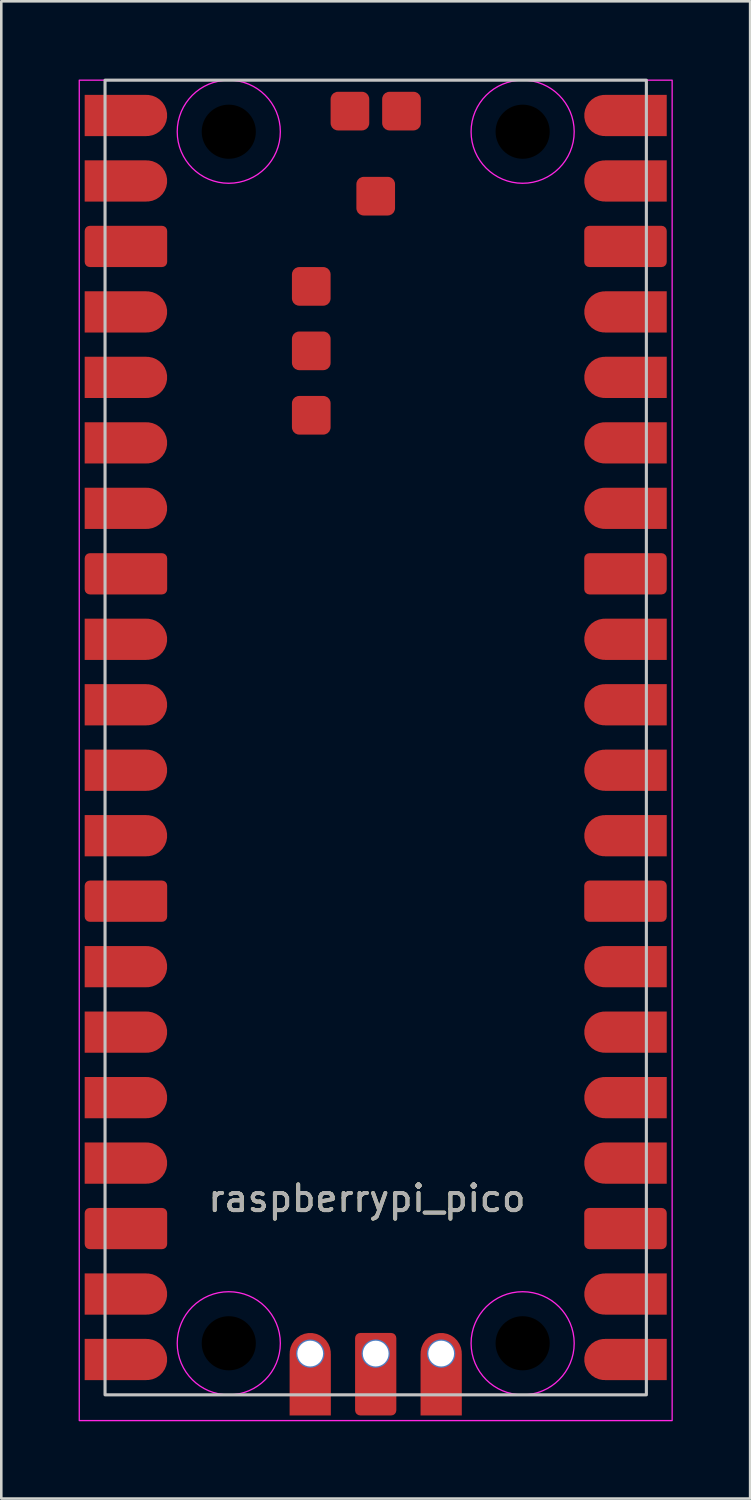
<source format=kicad_pcb>
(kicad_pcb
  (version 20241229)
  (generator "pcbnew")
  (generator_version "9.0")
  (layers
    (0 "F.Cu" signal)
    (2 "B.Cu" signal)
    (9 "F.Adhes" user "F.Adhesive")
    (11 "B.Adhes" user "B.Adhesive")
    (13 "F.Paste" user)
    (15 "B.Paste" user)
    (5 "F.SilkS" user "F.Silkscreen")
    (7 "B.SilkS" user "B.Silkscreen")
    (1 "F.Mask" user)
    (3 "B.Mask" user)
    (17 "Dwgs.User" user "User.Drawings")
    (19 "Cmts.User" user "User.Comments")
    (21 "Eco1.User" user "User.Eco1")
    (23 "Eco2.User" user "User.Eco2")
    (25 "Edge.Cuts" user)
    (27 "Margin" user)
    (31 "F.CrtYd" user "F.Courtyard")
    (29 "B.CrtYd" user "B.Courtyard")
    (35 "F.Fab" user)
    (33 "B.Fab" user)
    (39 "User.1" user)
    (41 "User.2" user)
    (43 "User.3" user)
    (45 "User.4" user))
  (footprint "raspberrypi_pico"
    (layer "F.Cu")
    (at 1.025 51.06)
    (property "Reference" "raspberrypi_pico" (at 10.16 -7.62 0) (unlocked yes) (layer "F.SilkS") (effects (font (size 1 1) (thickness 0.15))))
    (fp_rect (start 0 0) (end 21 -51) (stroke (width 0.12) (type solid)) (fill no) (layer "Dwgs.User"))
    (fp_rect (start -1 1) (end 22 -51) (stroke (width 0.05) (type solid)) (fill no) (layer "F.CrtYd"))
    (fp_circle (center 4.8 -49) (end 6.8 -49) (stroke (width 0.05) (type solid)) (fill no) (layer "F.CrtYd"))
    (fp_circle (center 4.8 -2) (end 6.8 -2) (stroke (width 0.05) (type solid)) (fill no) (layer "F.CrtYd"))
    (fp_circle (center 16.2 -49) (end 18.2 -49) (stroke (width 0.05) (type solid)) (fill no) (layer "F.CrtYd"))
    (fp_circle (center 16.2 -2) (end 18.2 -2) (stroke (width 0.05) (type solid)) (fill no) (layer "F.CrtYd"))
    (fp_text user "${REFERENCE}" (at 10.16 -7.62 0) (unlocked yes) (layer "F.Fab") (effects (font (size 1 1) (thickness 0.15))))
    (pad "" np_thru_hole circle (at 4.8 -49 90) (size 3.8 3.8) (drill 2.1) (layers "*.Mask"))
    (pad "" np_thru_hole circle (at 4.8 -2 90) (size 3.8 3.8) (drill 2.1) (layers "*.Mask"))
    (pad "" np_thru_hole circle (at 7.96 -1.6) (size 1.1 1.1) (drill 1) (layers "*.Cu" "*.Mask"))
    (pad "" np_thru_hole circle (at 10.5 -1.6) (size 1.1 1.1) (drill 1) (layers "*.Cu" "*.Mask"))
    (pad "" np_thru_hole circle (at 13.04 -1.6) (size 1.1 1.1) (drill 1) (layers "*.Cu" "*.Mask"))
    (pad "" np_thru_hole circle (at 16.2 -49 90) (size 3.8 3.8) (drill 2.1) (layers "*.Mask"))
    (pad "" np_thru_hole circle (at 16.2 -2 90) (size 3.8 3.8) (drill 2.1) (layers "*.Mask"))
    (pad "1" smd custom (at 0.41 -49.63) (size 2.4 1.6) (layers "F.Cu" "F.Mask" "F.Paste") (options (anchor rect)) (primitives (gr_circle (center 1.2 0) (end 2 0) (width 0) (fill yes))))
    (pad "2" smd custom (at 0.41 -47.09) (size 2.4 1.6) (layers "F.Cu" "F.Mask" "F.Paste") (options (anchor rect)) (primitives (gr_circle (center 1.2 0) (end 2 0) (width 0) (fill yes))))
    (pad "3" smd roundrect (at 0.81 -44.55) (size 3.2 1.6) (layers "F.Cu" "F.Mask" "F.Paste") (roundrect_rratio 0.125))
    (pad "4" smd custom (at 0.41 -42.01) (size 2.4 1.6) (layers "F.Cu" "F.Mask" "F.Paste") (options (anchor rect)) (primitives (gr_circle (center 1.2 0) (end 2 0) (width 0) (fill yes))))
    (pad "5" smd custom (at 0.41 -39.47) (size 2.4 1.6) (layers "F.Cu" "F.Mask" "F.Paste") (options (anchor rect)) (primitives (gr_circle (center 1.2 0) (end 2 0) (width 0) (fill yes))))
    (pad "6" smd custom (at 0.41 -36.93) (size 2.4 1.6) (layers "F.Cu" "F.Mask" "F.Paste") (options (anchor rect)) (primitives (gr_circle (center 1.2 0) (end 2 0) (width 0) (fill yes))))
    (pad "7" smd custom (at 0.41 -34.39) (size 2.4 1.6) (layers "F.Cu" "F.Mask" "F.Paste") (options (anchor rect)) (primitives (gr_circle (center 1.2 0) (end 2 0) (width 0) (fill yes))))
    (pad "8" smd roundrect (at 0.81 -31.85) (size 3.2 1.6) (layers "F.Cu" "F.Mask" "F.Paste") (roundrect_rratio 0.125))
    (pad "9" smd custom (at 0.41 -29.31) (size 2.4 1.6) (layers "F.Cu" "F.Mask" "F.Paste") (options (anchor rect)) (primitives (gr_circle (center 1.2 0) (end 2 0) (width 0) (fill yes))))
    (pad "10" smd custom (at 0.41 -26.77) (size 2.4 1.6) (layers "F.Cu" "F.Mask" "F.Paste") (options (anchor rect)) (primitives (gr_circle (center 1.2 0) (end 2 0) (width 0) (fill yes))))
    (pad "11" smd custom (at 0.41 -24.23) (size 2.4 1.6) (layers "F.Cu" "F.Mask" "F.Paste") (options (anchor rect)) (primitives (gr_circle (center 1.2 0) (end 2 0) (width 0) (fill yes))))
    (pad "12" smd custom (at 0.41 -21.69) (size 2.4 1.6) (layers "F.Cu" "F.Mask" "F.Paste") (options (anchor rect)) (primitives (gr_circle (center 1.2 0) (end 2 0) (width 0) (fill yes))))
    (pad "13" smd roundrect (at 0.81 -19.15) (size 3.2 1.6) (layers "F.Cu" "F.Mask" "F.Paste") (roundrect_rratio 0.125))
    (pad "14" smd custom (at 0.41 -16.61) (size 2.4 1.6) (layers "F.Cu" "F.Mask" "F.Paste") (options (anchor rect)) (primitives (gr_circle (center 1.2 0) (end 2 0) (width 0) (fill yes))))
    (pad "15" smd custom (at 0.41 -14.07) (size 2.4 1.6) (layers "F.Cu" "F.Mask" "F.Paste") (options (anchor rect)) (primitives (gr_circle (center 1.2 0) (end 2 0) (width 0) (fill yes))))
    (pad "16" smd custom (at 0.41 -11.53) (size 2.4 1.6) (layers "F.Cu" "F.Mask" "F.Paste") (options (anchor rect)) (primitives (gr_circle (center 1.2 0) (end 2 0) (width 0) (fill yes))))
    (pad "17" smd custom (at 0.41 -8.99) (size 2.4 1.6) (layers "F.Cu" "F.Mask" "F.Paste") (options (anchor rect)) (primitives (gr_circle (center 1.2 0) (end 2 0) (width 0) (fill yes))))
    (pad "18" smd roundrect (at 0.81 -6.45) (size 3.2 1.6) (layers "F.Cu" "F.Mask" "F.Paste") (roundrect_rratio 0.125))
    (pad "19" smd custom (at 0.41 -3.91) (size 2.4 1.6) (layers "F.Cu" "F.Mask" "F.Paste") (options (anchor rect)) (primitives (gr_circle (center 1.2 0) (end 2 0) (width 0) (fill yes))))
    (pad "20" smd custom (at 0.41 -1.37) (size 2.4 1.6) (layers "F.Cu" "F.Mask" "F.Paste") (options (anchor rect)) (primitives (gr_circle (center 1.2 0) (end 2 0) (width 0) (fill yes))))
    (pad "21" smd custom (at 20.59 -1.37 180) (size 2.4 1.6) (layers "F.Cu" "F.Mask" "F.Paste") (options (anchor rect)) (primitives (gr_circle (center 1.2 0) (end 2 0) (width 0) (fill yes))))
    (pad "22" smd custom (at 20.59 -3.91 180) (size 2.4 1.6) (layers "F.Cu" "F.Mask" "F.Paste") (options (anchor rect)) (primitives (gr_circle (center 1.2 0) (end 2 0) (width 0) (fill yes))))
    (pad "23" smd roundrect (at 20.19 -6.45 180) (size 3.2 1.6) (layers "F.Cu" "F.Mask" "F.Paste") (roundrect_rratio 0.125))
    (pad "24" smd custom (at 20.59 -8.99 180) (size 2.4 1.6) (layers "F.Cu" "F.Mask" "F.Paste") (options (anchor rect)) (primitives (gr_circle (center 1.2 0) (end 2 0) (width 0) (fill yes))))
    (pad "25" smd custom (at 20.59 -11.53 180) (size 2.4 1.6) (layers "F.Cu" "F.Mask" "F.Paste") (options (anchor rect)) (primitives (gr_circle (center 1.2 0) (end 2 0) (width 0) (fill yes))))
    (pad "26" smd custom (at 20.59 -14.07 180) (size 2.4 1.6) (layers "F.Cu" "F.Mask" "F.Paste") (options (anchor rect)) (primitives (gr_circle (center 1.2 0) (end 2 0) (width 0) (fill yes))))
    (pad "27" smd custom (at 20.59 -16.61 180) (size 2.4 1.6) (layers "F.Cu" "F.Mask" "F.Paste") (options (anchor rect)) (primitives (gr_circle (center 1.2 0) (end 2 0) (width 0) (fill yes))))
    (pad "28" smd roundrect (at 20.19 -19.15 180) (size 3.2 1.6) (layers "F.Cu" "F.Mask" "F.Paste") (roundrect_rratio 0.125))
    (pad "29" smd custom (at 20.59 -21.69 180) (size 2.4 1.6) (layers "F.Cu" "F.Mask" "F.Paste") (options (anchor rect)) (primitives (gr_circle (center 1.2 0) (end 2 0) (width 0) (fill yes))))
    (pad "30" smd custom (at 20.59 -24.23 180) (size 2.4 1.6) (layers "F.Cu" "F.Mask" "F.Paste") (options (anchor rect)) (primitives (gr_circle (center 1.2 0) (end 2 0) (width 0) (fill yes))))
    (pad "31" smd custom (at 20.59 -26.77 180) (size 2.4 1.6) (layers "F.Cu" "F.Mask" "F.Paste") (options (anchor rect)) (primitives (gr_circle (center 1.2 0) (end 2 0) (width 0) (fill yes))))
    (pad "32" smd custom (at 20.59 -29.31 180) (size 2.4 1.6) (layers "F.Cu" "F.Mask" "F.Paste") (options (anchor rect)) (primitives (gr_circle (center 1.2 0) (end 2 0) (width 0) (fill yes))))
    (pad "33" smd roundrect (at 20.19 -31.85 180) (size 3.2 1.6) (layers "F.Cu" "F.Mask" "F.Paste") (roundrect_rratio 0.125))
    (pad "34" smd custom (at 20.59 -34.39 180) (size 2.4 1.6) (layers "F.Cu" "F.Mask" "F.Paste") (options (anchor rect)) (primitives (gr_circle (center 1.2 0) (end 2 0) (width 0) (fill yes))))
    (pad "35" smd custom (at 20.59 -36.93 180) (size 2.4 1.6) (layers "F.Cu" "F.Mask" "F.Paste") (options (anchor rect)) (primitives (gr_circle (center 1.2 0) (end 2 0) (width 0) (fill yes))))
    (pad "36" smd custom (at 20.59 -39.47 180) (size 2.4 1.6) (layers "F.Cu" "F.Mask" "F.Paste") (options (anchor rect)) (primitives (gr_circle (center 1.2 0) (end 2 0) (width 0) (fill yes))))
    (pad "37" smd custom (at 20.59 -42.01 180) (size 2.4 1.6) (layers "F.Cu" "F.Mask" "F.Paste") (options (anchor rect)) (primitives (gr_circle (center 1.2 0) (end 2 0) (width 0) (fill yes))))
    (pad "38" smd roundrect (at 20.19 -44.55 180) (size 3.2 1.6) (layers "F.Cu" "F.Mask" "F.Paste") (roundrect_rratio 0.125))
    (pad "39" smd custom (at 20.59 -47.09 180) (size 2.4 1.6) (layers "F.Cu" "F.Mask" "F.Paste") (options (anchor rect)) (primitives (gr_circle (center 1.2 0) (end 2 0) (width 0) (fill yes))))
    (pad "40" smd custom (at 20.59 -49.63 180) (size 2.4 1.6) (layers "F.Cu" "F.Mask" "F.Paste") (options (anchor rect)) (primitives (gr_circle (center 1.2 0) (end 2 0) (width 0) (fill yes))))
    (pad "D1" smd custom (at 7.96 -0.4 90) (size 2.4 1.6) (layers "F.Cu" "F.Mask" "F.Paste") (options (anchor rect)) (primitives (gr_circle (center 1.2 0) (end 2 0) (width 0) (fill yes))))
    (pad "D2" smd roundrect (at 10.5 -0.8 90) (size 3.2 1.6) (layers "F.Cu" "F.Mask" "F.Paste") (roundrect_rratio 0.125))
    (pad "D3" smd custom (at 13.04 -0.4 90) (size 2.4 1.6) (layers "F.Cu" "F.Mask" "F.Paste") (options (anchor rect)) (primitives (gr_circle (center 1.2 0) (end 2 0) (width 0) (fill yes))))
    (pad "TP1" smd roundrect (at 10.5 -46.5 90) (size 1.5 1.5) (layers "F.Cu" "F.Mask" "F.Paste") (roundrect_rratio 0.188))
    (pad "TP2" smd roundrect (at 11.5 -49.8 180) (size 1.5 1.5) (layers "F.Cu" "F.Mask" "F.Paste") (roundrect_rratio 0.188))
    (pad "TP3" smd roundrect (at 9.5 -49.8 90) (size 1.5 1.5) (layers "F.Cu" "F.Mask" "F.Paste") (roundrect_rratio 0.188))
    (pad "TP4" smd roundrect (at 8 -43 90) (size 1.5 1.5) (layers "F.Cu" "F.Mask" "F.Paste") (roundrect_rratio 0.188))
    (pad "TP5" smd roundrect (at 8 -40.5 90) (size 1.5 1.5) (layers "F.Cu" "F.Mask" "F.Paste") (roundrect_rratio 0.188))
    (pad "TP6" smd roundrect (at 8 -38 90) (size 1.5 1.5) (layers "F.Cu" "F.Mask" "F.Paste") (roundrect_rratio 0.188)))
  (gr_rect
    (start -3 -3)
    (end 26.05 55.085)
    (stroke (width 0.1) (type default))
    (fill no)
    (layer "Edge.Cuts")))
</source>
